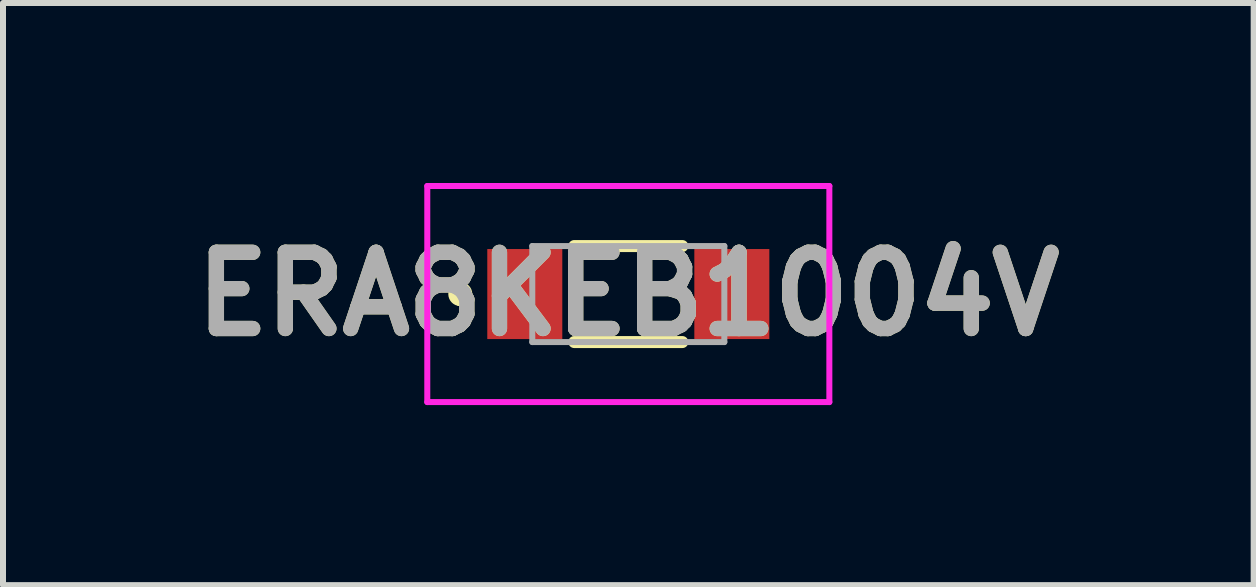
<source format=kicad_pcb>
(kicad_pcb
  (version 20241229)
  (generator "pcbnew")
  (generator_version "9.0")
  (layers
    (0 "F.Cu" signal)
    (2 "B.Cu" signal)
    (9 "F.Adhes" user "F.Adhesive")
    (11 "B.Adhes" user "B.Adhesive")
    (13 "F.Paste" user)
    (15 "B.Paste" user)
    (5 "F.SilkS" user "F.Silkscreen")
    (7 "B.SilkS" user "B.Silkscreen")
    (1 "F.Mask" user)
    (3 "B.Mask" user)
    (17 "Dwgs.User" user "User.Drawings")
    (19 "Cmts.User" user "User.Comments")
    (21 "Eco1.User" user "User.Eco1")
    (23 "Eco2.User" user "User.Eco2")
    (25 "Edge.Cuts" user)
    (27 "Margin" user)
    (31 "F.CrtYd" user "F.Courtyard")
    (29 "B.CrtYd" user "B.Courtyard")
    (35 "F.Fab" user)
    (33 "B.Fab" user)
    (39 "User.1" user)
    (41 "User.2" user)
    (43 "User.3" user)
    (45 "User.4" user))
  (footprint "ERA8KEB1004V"
    (layer "F.Cu")
    (at 7.42 1.85)
    (property "Reference" "ERA8KEB1004V" (at 0 0 0) (layer "F.SilkS") (effects (font (size 1.27 1.27) (thickness 0.254))))
    (attr smd)
    (fp_line (start -2.8 -0.1) (end -2.8 -0.1) (stroke (width 0.2) (type solid)) (layer "F.SilkS"))
    (fp_line (start -2.8 0.1) (end -2.8 0.1) (stroke (width 0.2) (type solid)) (layer "F.SilkS"))
    (fp_line (start -0.9 -0.8) (end 0.9 -0.8) (stroke (width 0.2) (type solid)) (layer "F.SilkS"))
    (fp_line (start -0.9 0.8) (end 0.9 0.8) (stroke (width 0.2) (type solid)) (layer "F.SilkS"))
    (fp_arc (start -2.8 -0.1) (mid -2.7 0) (end -2.8 0.1) (stroke (width 0.2) (type solid)) (layer "F.SilkS"))
    (fp_arc (start -2.8 0.1) (mid -2.9 0) (end -2.8 -0.1) (stroke (width 0.2) (type solid)) (layer "F.SilkS"))
    (fp_line (start -3.35 -1.8) (end 3.35 -1.8) (stroke (width 0.1) (type solid)) (layer "F.CrtYd"))
    (fp_line (start -3.35 1.8) (end -3.35 -1.8) (stroke (width 0.1) (type solid)) (layer "F.CrtYd"))
    (fp_line (start 3.35 -1.8) (end 3.35 1.8) (stroke (width 0.1) (type solid)) (layer "F.CrtYd"))
    (fp_line (start 3.35 1.8) (end -3.35 1.8) (stroke (width 0.1) (type solid)) (layer "F.CrtYd"))
    (fp_line (start -1.6 -0.8) (end 1.6 -0.8) (stroke (width 0.1) (type solid)) (layer "F.Fab"))
    (fp_line (start -1.6 0.8) (end -1.6 -0.8) (stroke (width 0.1) (type solid)) (layer "F.Fab"))
    (fp_line (start 1.6 -0.8) (end 1.6 0.8) (stroke (width 0.1) (type solid)) (layer "F.Fab"))
    (fp_line (start 1.6 0.8) (end -1.6 0.8) (stroke (width 0.1) (type solid)) (layer "F.Fab"))
    (fp_text user "${REFERENCE}" (at 0 0 0) (layer "F.Fab") (effects (font (size 1.27 1.27) (thickness 0.254))))
    (pad "1" smd rect (at -1.725 0) (size 1.25 1.5) (layers "F.Cu" "F.Mask" "F.Paste"))
    (pad "2" smd rect (at 1.725 0) (size 1.25 1.5) (layers "F.Cu" "F.Mask" "F.Paste")))
  (gr_rect
    (start -3 -3)
    (end 17.841 6.7)
    (stroke (width 0.1) (type default))
    (fill no)
    (layer "Edge.Cuts")))
</source>
